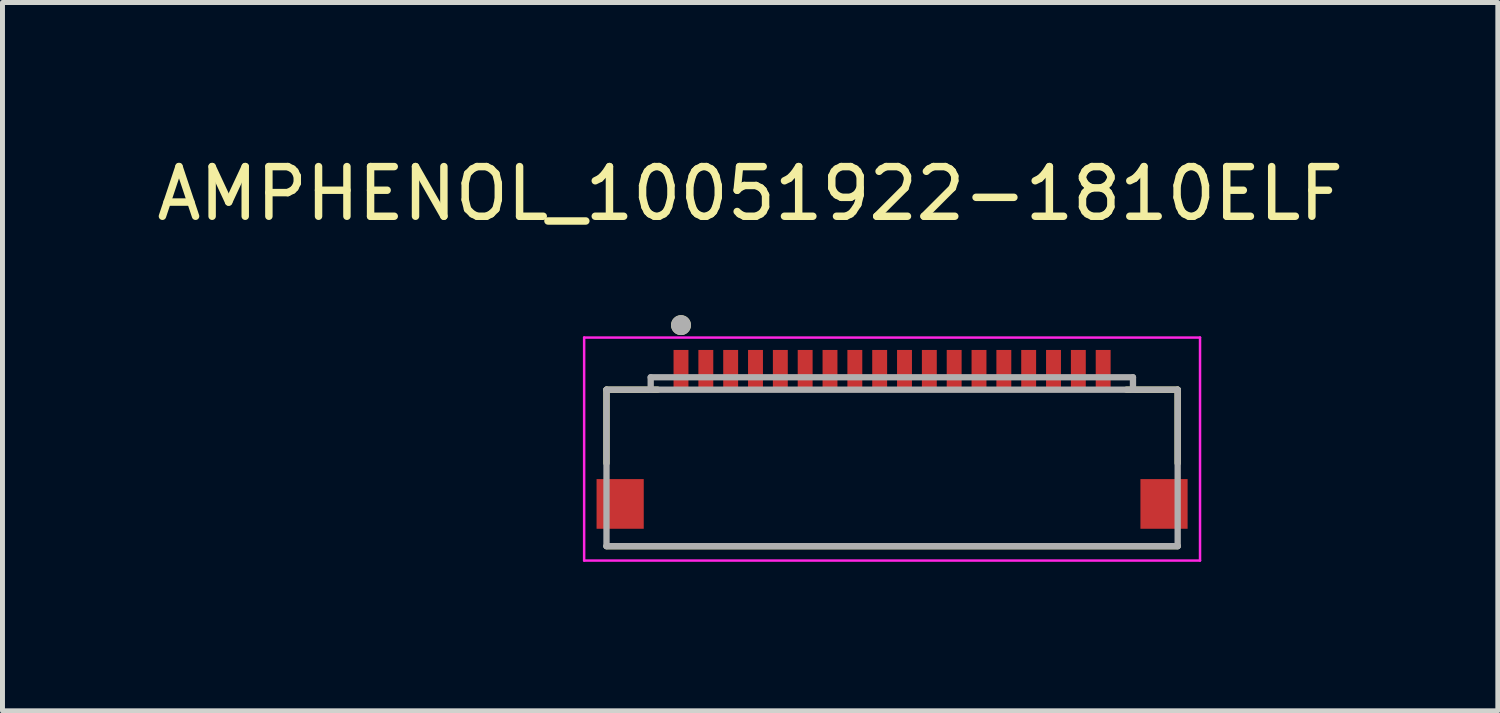
<source format=kicad_pcb>
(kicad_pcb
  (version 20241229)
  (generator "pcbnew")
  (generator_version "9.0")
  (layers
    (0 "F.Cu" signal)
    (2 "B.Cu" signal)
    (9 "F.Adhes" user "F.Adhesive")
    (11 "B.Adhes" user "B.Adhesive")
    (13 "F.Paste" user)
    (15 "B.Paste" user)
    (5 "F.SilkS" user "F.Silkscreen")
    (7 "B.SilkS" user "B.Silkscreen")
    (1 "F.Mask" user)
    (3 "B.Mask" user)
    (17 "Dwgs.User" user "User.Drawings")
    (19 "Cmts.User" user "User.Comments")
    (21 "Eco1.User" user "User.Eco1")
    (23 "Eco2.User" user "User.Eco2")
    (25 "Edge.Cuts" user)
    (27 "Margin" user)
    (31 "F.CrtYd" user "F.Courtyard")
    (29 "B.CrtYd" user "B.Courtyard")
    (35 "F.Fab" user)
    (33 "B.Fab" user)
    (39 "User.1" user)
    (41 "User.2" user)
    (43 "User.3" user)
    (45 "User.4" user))
  (footprint "AMPHENOL_10051922-1810ELF"
    (layer "F.Cu")
    (at 14.911 6.246)
    (property "Reference" "AMPHENOL_10051922-1810ELF" (at -2.857 -5.397 0) (layer "F.SilkS") (effects (font (size 1 1) (thickness 0.15))))
    (attr smd)
    (fp_poly (pts (xy -4.45 -2.3) (xy -4.05 -2.3) (xy -4.05 -1.4) (xy -4.45 -1.4)) (stroke (width 0.01) (type solid)) (fill yes) (layer "F.Mask"))
    (fp_poly (pts (xy -3.95 -2.3) (xy -3.55 -2.3) (xy -3.55 -1.4) (xy -3.95 -1.4)) (stroke (width 0.01) (type solid)) (fill yes) (layer "F.Mask"))
    (fp_poly (pts (xy -3.45 -2.3) (xy -3.05 -2.3) (xy -3.05 -1.4) (xy -3.45 -1.4)) (stroke (width 0.01) (type solid)) (fill yes) (layer "F.Mask"))
    (fp_poly (pts (xy -2.95 -2.3) (xy -2.55 -2.3) (xy -2.55 -1.4) (xy -2.95 -1.4)) (stroke (width 0.01) (type solid)) (fill yes) (layer "F.Mask"))
    (fp_poly (pts (xy -2.45 -2.3) (xy -2.05 -2.3) (xy -2.05 -1.4) (xy -2.45 -1.4)) (stroke (width 0.01) (type solid)) (fill yes) (layer "F.Mask"))
    (fp_poly (pts (xy -1.95 -2.3) (xy -1.55 -2.3) (xy -1.55 -1.4) (xy -1.95 -1.4)) (stroke (width 0.01) (type solid)) (fill yes) (layer "F.Mask"))
    (fp_poly (pts (xy -1.45 -2.3) (xy -1.05 -2.3) (xy -1.05 -1.4) (xy -1.45 -1.4)) (stroke (width 0.01) (type solid)) (fill yes) (layer "F.Mask"))
    (fp_poly (pts (xy -0.95 -2.3) (xy -0.55 -2.3) (xy -0.55 -1.4) (xy -0.95 -1.4)) (stroke (width 0.01) (type solid)) (fill yes) (layer "F.Mask"))
    (fp_poly (pts (xy -0.45 -2.3) (xy -0.05 -2.3) (xy -0.05 -1.4) (xy -0.45 -1.4)) (stroke (width 0.01) (type solid)) (fill yes) (layer "F.Mask"))
    (fp_poly (pts (xy 0.05 -2.3) (xy 0.45 -2.3) (xy 0.45 -1.4) (xy 0.05 -1.4)) (stroke (width 0.01) (type solid)) (fill yes) (layer "F.Mask"))
    (fp_poly (pts (xy 0.55 -2.3) (xy 0.95 -2.3) (xy 0.95 -1.4) (xy 0.55 -1.4)) (stroke (width 0.01) (type solid)) (fill yes) (layer "F.Mask"))
    (fp_poly (pts (xy 1.05 -2.3) (xy 1.45 -2.3) (xy 1.45 -1.4) (xy 1.05 -1.4)) (stroke (width 0.01) (type solid)) (fill yes) (layer "F.Mask"))
    (fp_poly (pts (xy 1.55 -2.3) (xy 1.95 -2.3) (xy 1.95 -1.4) (xy 1.55 -1.4)) (stroke (width 0.01) (type solid)) (fill yes) (layer "F.Mask"))
    (fp_poly (pts (xy 2.05 -2.3) (xy 2.45 -2.3) (xy 2.45 -1.4) (xy 2.05 -1.4)) (stroke (width 0.01) (type solid)) (fill yes) (layer "F.Mask"))
    (fp_poly (pts (xy 2.55 -2.3) (xy 2.95 -2.3) (xy 2.95 -1.4) (xy 2.55 -1.4)) (stroke (width 0.01) (type solid)) (fill yes) (layer "F.Mask"))
    (fp_poly (pts (xy 3.05 -2.3) (xy 3.45 -2.3) (xy 3.45 -1.4) (xy 3.05 -1.4)) (stroke (width 0.01) (type solid)) (fill yes) (layer "F.Mask"))
    (fp_poly (pts (xy 3.55 -2.3) (xy 3.95 -2.3) (xy 3.95 -1.4) (xy 3.55 -1.4)) (stroke (width 0.01) (type solid)) (fill yes) (layer "F.Mask"))
    (fp_poly (pts (xy 4.05 -2.3) (xy 4.45 -2.3) (xy 4.45 -1.4) (xy 4.05 -1.4)) (stroke (width 0.01) (type solid)) (fill yes) (layer "F.Mask"))
    (fp_line (start -5.75 -1.45) (end -4.72 -1.45) (stroke (width 0.127) (type solid)) (layer "F.SilkS"))
    (fp_line (start -5.75 0.03) (end -5.75 -1.45) (stroke (width 0.127) (type solid)) (layer "F.SilkS"))
    (fp_line (start 4.72 -1.45) (end 5.75 -1.45) (stroke (width 0.127) (type solid)) (layer "F.SilkS"))
    (fp_line (start 5.75 -1.45) (end 5.75 0.03) (stroke (width 0.127) (type solid)) (layer "F.SilkS"))
    (fp_line (start 5.75 1.7) (end -5.75 1.7) (stroke (width 0.127) (type solid)) (layer "F.SilkS"))
    (fp_circle (center -4.25 -2.75) (end -4.15 -2.75) (stroke (width 0.2) (type solid)) (fill no) (layer "F.SilkS"))
    (fp_line (start -6.2 -2.5) (end -6.2 1.99) (stroke (width 0.05) (type solid)) (layer "F.CrtYd"))
    (fp_line (start -6.2 1.99) (end 6.2 1.99) (stroke (width 0.05) (type solid)) (layer "F.CrtYd"))
    (fp_line (start 6.2 -2.5) (end -6.2 -2.5) (stroke (width 0.05) (type solid)) (layer "F.CrtYd"))
    (fp_line (start 6.2 1.99) (end 6.2 -2.5) (stroke (width 0.05) (type solid)) (layer "F.CrtYd"))
    (fp_line (start -5.75 -1.45) (end -4.86 -1.45) (stroke (width 0.127) (type solid)) (layer "F.Fab"))
    (fp_line (start -5.75 1.7) (end -5.75 -1.45) (stroke (width 0.127) (type solid)) (layer "F.Fab"))
    (fp_line (start -4.86 -1.7) (end -4.86 -1.45) (stroke (width 0.127) (type solid)) (layer "F.Fab"))
    (fp_line (start -4.86 -1.7) (end 4.85 -1.7) (stroke (width 0.127) (type solid)) (layer "F.Fab"))
    (fp_line (start -4.86 -1.45) (end 4.85 -1.45) (stroke (width 0.127) (type solid)) (layer "F.Fab"))
    (fp_line (start 4.85 -1.7) (end 4.85 -1.45) (stroke (width 0.127) (type solid)) (layer "F.Fab"))
    (fp_line (start 4.85 -1.45) (end 5.75 -1.45) (stroke (width 0.127) (type solid)) (layer "F.Fab"))
    (fp_line (start 5.75 -1.45) (end 5.75 1.7) (stroke (width 0.127) (type solid)) (layer "F.Fab"))
    (fp_line (start 5.75 1.7) (end -5.75 1.7) (stroke (width 0.127) (type solid)) (layer "F.Fab"))
    (fp_circle (center -4.25 -2.75) (end -4.15 -2.75) (stroke (width 0.2) (type solid)) (fill no) (layer "F.Fab"))
    (pad "1" smd rect (at -4.25 -1.85) (size 0.3 0.8) (layers "F.Cu" "F.Paste"))
    (pad "2" smd rect (at -3.75 -1.85) (size 0.3 0.8) (layers "F.Cu" "F.Paste"))
    (pad "3" smd rect (at -3.25 -1.85) (size 0.3 0.8) (layers "F.Cu" "F.Paste"))
    (pad "4" smd rect (at -2.75 -1.85) (size 0.3 0.8) (layers "F.Cu" "F.Paste"))
    (pad "5" smd rect (at -2.25 -1.85) (size 0.3 0.8) (layers "F.Cu" "F.Paste"))
    (pad "6" smd rect (at -1.75 -1.85) (size 0.3 0.8) (layers "F.Cu" "F.Paste"))
    (pad "7" smd rect (at -1.25 -1.85) (size 0.3 0.8) (layers "F.Cu" "F.Paste"))
    (pad "8" smd rect (at -0.75 -1.85) (size 0.3 0.8) (layers "F.Cu" "F.Paste"))
    (pad "9" smd rect (at -0.25 -1.85) (size 0.3 0.8) (layers "F.Cu" "F.Paste"))
    (pad "10" smd rect (at 0.25 -1.85) (size 0.3 0.8) (layers "F.Cu" "F.Paste"))
    (pad "11" smd rect (at 0.75 -1.85) (size 0.3 0.8) (layers "F.Cu" "F.Paste"))
    (pad "12" smd rect (at 1.25 -1.85) (size 0.3 0.8) (layers "F.Cu" "F.Paste"))
    (pad "13" smd rect (at 1.75 -1.85) (size 0.3 0.8) (layers "F.Cu" "F.Paste"))
    (pad "14" smd rect (at 2.25 -1.85) (size 0.3 0.8) (layers "F.Cu" "F.Paste"))
    (pad "15" smd rect (at 2.75 -1.85) (size 0.3 0.8) (layers "F.Cu" "F.Paste"))
    (pad "16" smd rect (at 3.25 -1.85) (size 0.3 0.8) (layers "F.Cu" "F.Paste"))
    (pad "17" smd rect (at 3.75 -1.85) (size 0.3 0.8) (layers "F.Cu" "F.Paste"))
    (pad "18" smd rect (at 4.25 -1.85) (size 0.3 0.8) (layers "F.Cu" "F.Paste"))
    (pad "SH1" smd rect (at -5.475 0.85) (size 0.95 1) (layers "F.Cu" "F.Mask" "F.Paste"))
    (pad "SH2" smd rect (at 5.475 0.85) (size 0.95 1) (layers "F.Cu" "F.Mask" "F.Paste")))
  (gr_rect
    (start -3 -3)
    (end 27.107 11.261)
    (stroke (width 0.1) (type default))
    (fill no)
    (layer "Edge.Cuts")))
</source>
